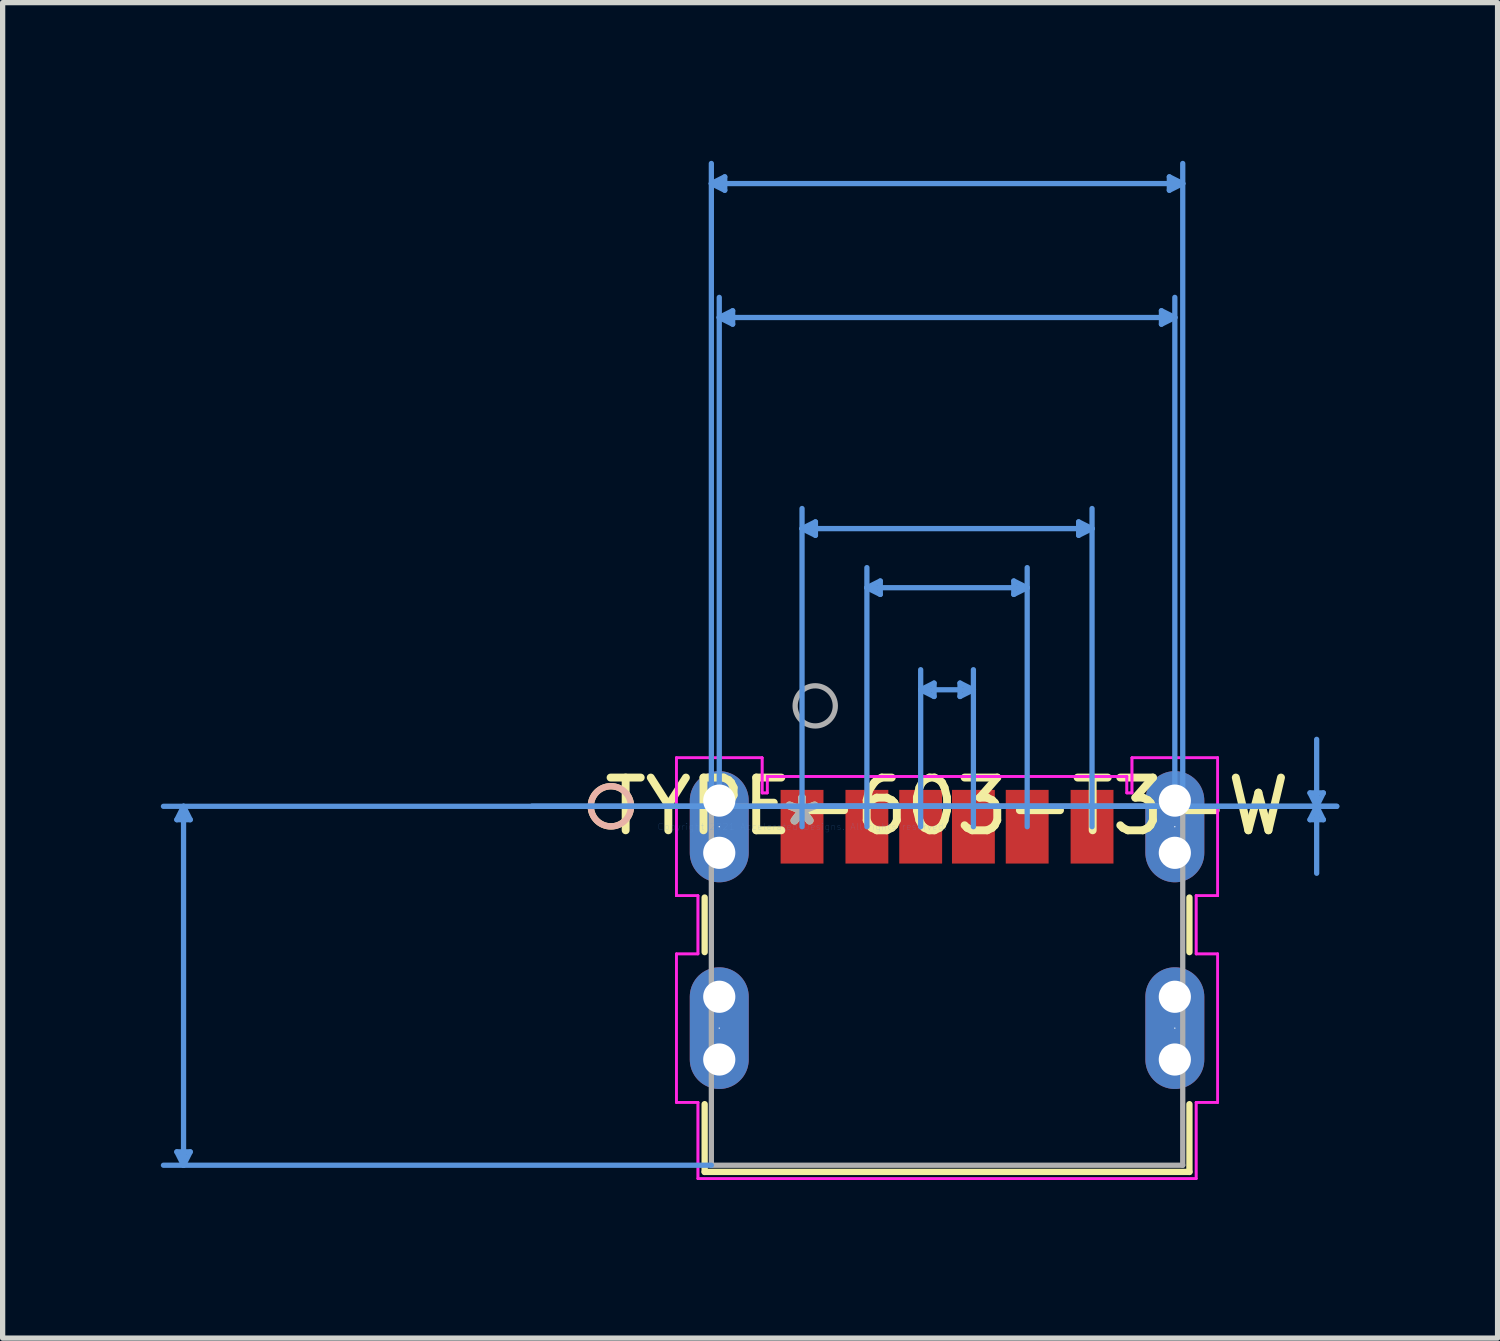
<source format=kicad_pcb>
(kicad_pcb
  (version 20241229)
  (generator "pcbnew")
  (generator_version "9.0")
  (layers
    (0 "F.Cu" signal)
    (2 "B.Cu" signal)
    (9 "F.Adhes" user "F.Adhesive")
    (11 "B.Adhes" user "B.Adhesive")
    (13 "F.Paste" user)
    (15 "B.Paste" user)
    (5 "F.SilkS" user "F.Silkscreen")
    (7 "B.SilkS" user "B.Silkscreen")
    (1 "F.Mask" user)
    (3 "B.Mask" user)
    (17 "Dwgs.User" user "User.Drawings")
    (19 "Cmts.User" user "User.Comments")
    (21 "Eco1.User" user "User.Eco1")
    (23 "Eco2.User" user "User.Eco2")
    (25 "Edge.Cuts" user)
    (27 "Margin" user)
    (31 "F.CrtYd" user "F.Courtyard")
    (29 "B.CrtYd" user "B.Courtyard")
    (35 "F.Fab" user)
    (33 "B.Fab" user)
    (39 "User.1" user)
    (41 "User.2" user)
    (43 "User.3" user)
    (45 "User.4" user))
  (footprint "TYPE-603-T3-W"
    (layer "F.Cu")
    (at 12.161 12.629)
    (property "Reference" "TYPE-603-T3-W" (at 2.75 -0.387 0) (layer "F.SilkS") (effects (font (size 1 1) (thickness 0.15))))
    (attr through_hole)
    (fp_line (start -1.847 1.343) (end -1.847 2.378) (stroke (width 0.12) (type solid)) (layer "F.SilkS"))
    (fp_line (start -1.847 5.262) (end -1.847 6.547) (stroke (width 0.12) (type solid)) (layer "F.SilkS"))
    (fp_line (start -1.847 6.547) (end 7.347 6.547) (stroke (width 0.12) (type solid)) (layer "F.SilkS"))
    (fp_line (start 7.347 2.378) (end 7.347 1.343) (stroke (width 0.12) (type solid)) (layer "F.SilkS"))
    (fp_line (start 7.347 6.547) (end 7.347 5.262) (stroke (width 0.12) (type solid)) (layer "F.SilkS"))
    (fp_circle (center -3.625 -0.387) (end -3.244 -0.387) (stroke (width 0.12) (type solid)) (fill no) (layer "F.SilkS"))
    (fp_circle (center -3.625 -0.387) (end -3.244 -0.387) (stroke (width 0.12) (type solid)) (fill no) (layer "B.SilkS"))
    (fp_line (start -11.857 -0.133) (end -11.603 -0.133) (stroke (width 0.1) (type solid)) (layer "Cmts.User"))
    (fp_line (start -11.857 6.166) (end -11.603 6.166) (stroke (width 0.1) (type solid)) (layer "Cmts.User"))
    (fp_line (start -11.73 -0.387) (end -11.857 -0.133) (stroke (width 0.1) (type solid)) (layer "Cmts.User"))
    (fp_line (start -11.73 -0.387) (end -11.73 6.42) (stroke (width 0.1) (type solid)) (layer "Cmts.User"))
    (fp_line (start -11.73 -0.387) (end -11.603 -0.133) (stroke (width 0.1) (type solid)) (layer "Cmts.User"))
    (fp_line (start -11.73 6.42) (end -11.857 6.166) (stroke (width 0.1) (type solid)) (layer "Cmts.User"))
    (fp_line (start -11.73 6.42) (end -11.603 6.166) (stroke (width 0.1) (type solid)) (layer "Cmts.User"))
    (fp_line (start -1.72 -12.198) (end -1.466 -12.325) (stroke (width 0.1) (type solid)) (layer "Cmts.User"))
    (fp_line (start -1.72 -12.198) (end -1.466 -12.071) (stroke (width 0.1) (type solid)) (layer "Cmts.User"))
    (fp_line (start -1.72 -12.198) (end 7.22 -12.198) (stroke (width 0.1) (type solid)) (layer "Cmts.User"))
    (fp_line (start -1.72 -0.387) (end -12.111 -0.387) (stroke (width 0.1) (type solid)) (layer "Cmts.User"))
    (fp_line (start -1.72 -0.387) (end -1.72 -12.579) (stroke (width 0.1) (type solid)) (layer "Cmts.User"))
    (fp_line (start -1.72 6.42) (end -12.111 6.42) (stroke (width 0.1) (type solid)) (layer "Cmts.User"))
    (fp_line (start -1.57 -9.658) (end -1.316 -9.785) (stroke (width 0.1) (type solid)) (layer "Cmts.User"))
    (fp_line (start -1.57 -9.658) (end -1.316 -9.531) (stroke (width 0.1) (type solid)) (layer "Cmts.User"))
    (fp_line (start -1.57 -9.658) (end 7.07 -9.658) (stroke (width 0.1) (type solid)) (layer "Cmts.User"))
    (fp_line (start -1.57 -0.387) (end -1.57 -10.039) (stroke (width 0.1) (type solid)) (layer "Cmts.User"))
    (fp_line (start -1.466 -12.325) (end -1.466 -12.071) (stroke (width 0.1) (type solid)) (layer "Cmts.User"))
    (fp_line (start -1.316 -9.785) (end -1.316 -9.531) (stroke (width 0.1) (type solid)) (layer "Cmts.User"))
    (fp_line (start -0.000021 -5.654) (end 5.5 -5.654) (stroke (width 0.1) (type solid)) (layer "Cmts.User"))
    (fp_line (start 0 0) (end -0.000022 -6.035) (stroke (width 0.1) (type solid)) (layer "Cmts.User"))
    (fp_line (start 0.25 -0.387) (end 10.141 -0.387) (stroke (width 0.1) (type solid)) (layer "Cmts.User"))
    (fp_line (start 0.25 -0.387) (end 10.141 -0.387) (stroke (width 0.1) (type solid)) (layer "Cmts.User"))
    (fp_line (start 0.254 -5.781) (end -0.000021 -5.654) (stroke (width 0.1) (type solid)) (layer "Cmts.User"))
    (fp_line (start 0.254 -5.527) (end -0.000021 -5.654) (stroke (width 0.1) (type solid)) (layer "Cmts.User"))
    (fp_line (start 0.254 -5.527) (end 0.254 -5.781) (stroke (width 0.1) (type solid)) (layer "Cmts.User"))
    (fp_line (start 1.23 -4.533) (end 4.27 -4.533) (stroke (width 0.1) (type solid)) (layer "Cmts.User"))
    (fp_line (start 1.23 0) (end 1.23 -4.914) (stroke (width 0.1) (type solid)) (layer "Cmts.User"))
    (fp_line (start 1.484 -4.66) (end 1.23 -4.533) (stroke (width 0.1) (type solid)) (layer "Cmts.User"))
    (fp_line (start 1.484 -4.406) (end 1.23 -4.533) (stroke (width 0.1) (type solid)) (layer "Cmts.User"))
    (fp_line (start 1.484 -4.406) (end 1.484 -4.66) (stroke (width 0.1) (type solid)) (layer "Cmts.User"))
    (fp_line (start 2.25 -2.597) (end 3.25 -2.597) (stroke (width 0.1) (type solid)) (layer "Cmts.User"))
    (fp_line (start 2.25 0) (end 2.25 -2.978) (stroke (width 0.1) (type solid)) (layer "Cmts.User"))
    (fp_line (start 2.504 -2.724) (end 2.25 -2.597) (stroke (width 0.1) (type solid)) (layer "Cmts.User"))
    (fp_line (start 2.504 -2.47) (end 2.25 -2.597) (stroke (width 0.1) (type solid)) (layer "Cmts.User"))
    (fp_line (start 2.504 -2.47) (end 2.504 -2.724) (stroke (width 0.1) (type solid)) (layer "Cmts.User"))
    (fp_line (start 2.75 -0.387) (end -5.126 -0.387) (stroke (width 0.1) (type solid)) (layer "Cmts.User"))
    (fp_line (start 2.996 -2.724) (end 2.996 -2.47) (stroke (width 0.1) (type solid)) (layer "Cmts.User"))
    (fp_line (start 2.996 -2.724) (end 3.25 -2.597) (stroke (width 0.1) (type solid)) (layer "Cmts.User"))
    (fp_line (start 2.996 -2.47) (end 3.25 -2.597) (stroke (width 0.1) (type solid)) (layer "Cmts.User"))
    (fp_line (start 3.25 0) (end 3.25 -2.978) (stroke (width 0.1) (type solid)) (layer "Cmts.User"))
    (fp_line (start 4.016 -4.406) (end 4.27 -4.533) (stroke (width 0.1) (type solid)) (layer "Cmts.User"))
    (fp_line (start 4.016 -4.66) (end 4.016 -4.406) (stroke (width 0.1) (type solid)) (layer "Cmts.User"))
    (fp_line (start 4.016 -4.66) (end 4.27 -4.533) (stroke (width 0.1) (type solid)) (layer "Cmts.User"))
    (fp_line (start 4.27 0) (end 4.27 -4.914) (stroke (width 0.1) (type solid)) (layer "Cmts.User"))
    (fp_line (start 5.246 -5.527) (end 5.5 -5.654) (stroke (width 0.1) (type solid)) (layer "Cmts.User"))
    (fp_line (start 5.246 -5.781) (end 5.246 -5.527) (stroke (width 0.1) (type solid)) (layer "Cmts.User"))
    (fp_line (start 5.246 -5.781) (end 5.5 -5.654) (stroke (width 0.1) (type solid)) (layer "Cmts.User"))
    (fp_line (start 5.5 0) (end 5.5 -6.035) (stroke (width 0.1) (type solid)) (layer "Cmts.User"))
    (fp_line (start 6.816 -9.785) (end 6.816 -9.531) (stroke (width 0.1) (type solid)) (layer "Cmts.User"))
    (fp_line (start 6.966 -12.325) (end 6.966 -12.071) (stroke (width 0.1) (type solid)) (layer "Cmts.User"))
    (fp_line (start 7.07 -9.658) (end 6.816 -9.785) (stroke (width 0.1) (type solid)) (layer "Cmts.User"))
    (fp_line (start 7.07 -9.658) (end 6.816 -9.531) (stroke (width 0.1) (type solid)) (layer "Cmts.User"))
    (fp_line (start 7.07 -0.387) (end -5.126 -0.387) (stroke (width 0.1) (type solid)) (layer "Cmts.User"))
    (fp_line (start 7.07 -0.387) (end 7.07 -10.039) (stroke (width 0.1) (type solid)) (layer "Cmts.User"))
    (fp_line (start 7.22 -12.198) (end 6.966 -12.325) (stroke (width 0.1) (type solid)) (layer "Cmts.User"))
    (fp_line (start 7.22 -12.198) (end 6.966 -12.071) (stroke (width 0.1) (type solid)) (layer "Cmts.User"))
    (fp_line (start 7.22 -0.387) (end 7.22 -12.579) (stroke (width 0.1) (type solid)) (layer "Cmts.User"))
    (fp_line (start 9.633 -0.641) (end 9.887 -0.641) (stroke (width 0.1) (type solid)) (layer "Cmts.User"))
    (fp_line (start 9.633 -0.133) (end 9.887 -0.133) (stroke (width 0.1) (type solid)) (layer "Cmts.User"))
    (fp_line (start 9.76 -0.387) (end 9.633 -0.641) (stroke (width 0.1) (type solid)) (layer "Cmts.User"))
    (fp_line (start 9.76 -0.387) (end 9.633 -0.133) (stroke (width 0.1) (type solid)) (layer "Cmts.User"))
    (fp_line (start 9.76 -0.387) (end 9.76 -1.657) (stroke (width 0.1) (type solid)) (layer "Cmts.User"))
    (fp_line (start 9.76 -0.387) (end 9.76 0.883) (stroke (width 0.1) (type solid)) (layer "Cmts.User"))
    (fp_line (start 9.76 -0.387) (end 9.887 -0.641) (stroke (width 0.1) (type solid)) (layer "Cmts.User"))
    (fp_line (start 9.76 -0.387) (end 9.887 -0.133) (stroke (width 0.1) (type solid)) (layer "Cmts.User"))
    (fp_line (start -2.383 -1.308) (end -2.383 1.308) (stroke (width 0.05) (type solid)) (layer "F.CrtYd"))
    (fp_line (start -2.383 -1.308) (end -2.383 1.308) (stroke (width 0.05) (type solid)) (layer "F.CrtYd"))
    (fp_line (start -2.383 1.308) (end -1.974 1.308) (stroke (width 0.05) (type solid)) (layer "F.CrtYd"))
    (fp_line (start -2.383 1.308) (end -1.974 1.308) (stroke (width 0.05) (type solid)) (layer "F.CrtYd"))
    (fp_line (start -2.383 2.412) (end -2.383 5.228) (stroke (width 0.05) (type solid)) (layer "F.CrtYd"))
    (fp_line (start -2.383 2.412) (end -2.383 5.228) (stroke (width 0.05) (type solid)) (layer "F.CrtYd"))
    (fp_line (start -2.383 5.228) (end -1.974 5.228) (stroke (width 0.05) (type solid)) (layer "F.CrtYd"))
    (fp_line (start -2.383 5.228) (end -1.974 5.228) (stroke (width 0.05) (type solid)) (layer "F.CrtYd"))
    (fp_line (start -1.974 1.308) (end -1.974 2.412) (stroke (width 0.05) (type solid)) (layer "F.CrtYd"))
    (fp_line (start -1.974 1.308) (end -1.974 2.412) (stroke (width 0.05) (type solid)) (layer "F.CrtYd"))
    (fp_line (start -1.974 2.412) (end -2.383 2.412) (stroke (width 0.05) (type solid)) (layer "F.CrtYd"))
    (fp_line (start -1.974 2.412) (end -2.383 2.412) (stroke (width 0.05) (type solid)) (layer "F.CrtYd"))
    (fp_line (start -1.974 5.228) (end -1.974 6.674) (stroke (width 0.05) (type solid)) (layer "F.CrtYd"))
    (fp_line (start -1.974 5.228) (end -1.974 6.674) (stroke (width 0.05) (type solid)) (layer "F.CrtYd"))
    (fp_line (start -1.974 6.674) (end 7.474 6.674) (stroke (width 0.05) (type solid)) (layer "F.CrtYd"))
    (fp_line (start -1.974 6.674) (end 7.474 6.674) (stroke (width 0.05) (type solid)) (layer "F.CrtYd"))
    (fp_line (start -0.757 -1.308) (end -2.383 -1.308) (stroke (width 0.05) (type solid)) (layer "F.CrtYd"))
    (fp_line (start -0.757 -1.308) (end -2.383 -1.308) (stroke (width 0.05) (type solid)) (layer "F.CrtYd"))
    (fp_line (start -0.757 -0.641) (end -0.757 -1.308) (stroke (width 0.05) (type solid)) (layer "F.CrtYd"))
    (fp_line (start -0.757 -0.641) (end -0.757 -1.308) (stroke (width 0.05) (type solid)) (layer "F.CrtYd"))
    (fp_line (start -0.66 -0.953) (end -0.66 -0.641) (stroke (width 0.05) (type solid)) (layer "F.CrtYd"))
    (fp_line (start -0.66 -0.953) (end -0.66 -0.641) (stroke (width 0.05) (type solid)) (layer "F.CrtYd"))
    (fp_line (start -0.66 -0.641) (end -0.757 -0.641) (stroke (width 0.05) (type solid)) (layer "F.CrtYd"))
    (fp_line (start -0.66 -0.641) (end -0.757 -0.641) (stroke (width 0.05) (type solid)) (layer "F.CrtYd"))
    (fp_line (start 6.16 -0.953) (end -0.66 -0.953) (stroke (width 0.05) (type solid)) (layer "F.CrtYd"))
    (fp_line (start 6.16 -0.953) (end -0.66 -0.953) (stroke (width 0.05) (type solid)) (layer "F.CrtYd"))
    (fp_line (start 6.16 -0.641) (end 6.16 -0.953) (stroke (width 0.05) (type solid)) (layer "F.CrtYd"))
    (fp_line (start 6.16 -0.641) (end 6.16 -0.953) (stroke (width 0.05) (type solid)) (layer "F.CrtYd"))
    (fp_line (start 6.257 -1.308) (end 6.257 -0.641) (stroke (width 0.05) (type solid)) (layer "F.CrtYd"))
    (fp_line (start 6.257 -1.308) (end 6.257 -0.641) (stroke (width 0.05) (type solid)) (layer "F.CrtYd"))
    (fp_line (start 6.257 -0.641) (end 6.16 -0.641) (stroke (width 0.05) (type solid)) (layer "F.CrtYd"))
    (fp_line (start 6.257 -0.641) (end 6.16 -0.641) (stroke (width 0.05) (type solid)) (layer "F.CrtYd"))
    (fp_line (start 7.474 1.308) (end 7.883 1.308) (stroke (width 0.05) (type solid)) (layer "F.CrtYd"))
    (fp_line (start 7.474 1.308) (end 7.883 1.308) (stroke (width 0.05) (type solid)) (layer "F.CrtYd"))
    (fp_line (start 7.474 2.412) (end 7.474 1.308) (stroke (width 0.05) (type solid)) (layer "F.CrtYd"))
    (fp_line (start 7.474 2.412) (end 7.474 1.308) (stroke (width 0.05) (type solid)) (layer "F.CrtYd"))
    (fp_line (start 7.474 5.228) (end 7.883 5.228) (stroke (width 0.05) (type solid)) (layer "F.CrtYd"))
    (fp_line (start 7.474 5.228) (end 7.883 5.228) (stroke (width 0.05) (type solid)) (layer "F.CrtYd"))
    (fp_line (start 7.474 6.674) (end 7.474 5.228) (stroke (width 0.05) (type solid)) (layer "F.CrtYd"))
    (fp_line (start 7.474 6.674) (end 7.474 5.228) (stroke (width 0.05) (type solid)) (layer "F.CrtYd"))
    (fp_line (start 7.883 -1.308) (end 6.257 -1.308) (stroke (width 0.05) (type solid)) (layer "F.CrtYd"))
    (fp_line (start 7.883 -1.308) (end 6.257 -1.308) (stroke (width 0.05) (type solid)) (layer "F.CrtYd"))
    (fp_line (start 7.883 1.308) (end 7.883 -1.308) (stroke (width 0.05) (type solid)) (layer "F.CrtYd"))
    (fp_line (start 7.883 1.308) (end 7.883 -1.308) (stroke (width 0.05) (type solid)) (layer "F.CrtYd"))
    (fp_line (start 7.883 2.412) (end 7.474 2.412) (stroke (width 0.05) (type solid)) (layer "F.CrtYd"))
    (fp_line (start 7.883 2.412) (end 7.474 2.412) (stroke (width 0.05) (type solid)) (layer "F.CrtYd"))
    (fp_line (start 7.883 5.228) (end 7.883 2.412) (stroke (width 0.05) (type solid)) (layer "F.CrtYd"))
    (fp_line (start 7.883 5.228) (end 7.883 2.412) (stroke (width 0.05) (type solid)) (layer "F.CrtYd"))
    (fp_line (start -1.72 -0.387) (end -1.72 6.42) (stroke (width 0.1) (type solid)) (layer "F.Fab"))
    (fp_line (start -1.72 6.42) (end 7.22 6.42) (stroke (width 0.1) (type solid)) (layer "F.Fab"))
    (fp_line (start 7.22 -0.387) (end -1.72 -0.387) (stroke (width 0.1) (type solid)) (layer "F.Fab"))
    (fp_line (start 7.22 6.42) (end 7.22 -0.387) (stroke (width 0.1) (type solid)) (layer "F.Fab"))
    (fp_circle (center 0.25 -2.292) (end 0.631 -2.292) (stroke (width 0.1) (type solid)) (fill no) (layer "F.Fab"))
    (fp_text user "*" (at 0 0 0) (layer "F.SilkS") (effects (font (size 1 1) (thickness 0.15))))
    (fp_text user "Copyright 2021 Accelerated Designs. All rights reserved." (at 0 0 0) (layer "Cmts.User") (effects (font (size 0.127 0.127) (thickness 0.002))))
    (fp_text user "*" (at 0 0 0) (layer "F.Fab") (effects (font (size 1 1) (thickness 0.15))))
    (pad "" np_thru_hole circle (at -1.57 -0.495) (size 0.61 0.61) (drill 0.61) (layers "*.Cu" "*.Mask"))
    (pad "" np_thru_hole circle (at -1.57 0.495) (size 0.61 0.61) (drill 0.61) (layers "*.Cu" "*.Mask"))
    (pad "" np_thru_hole circle (at -1.57 3.225) (size 0.61 0.61) (drill 0.61) (layers "*.Cu" "*.Mask"))
    (pad "" np_thru_hole circle (at -1.57 4.415) (size 0.61 0.61) (drill 0.61) (layers "*.Cu" "*.Mask"))
    (pad "" np_thru_hole circle (at 7.07 -0.495) (size 0.61 0.61) (drill 0.61) (layers "*.Cu" "*.Mask"))
    (pad "" np_thru_hole circle (at 7.07 0.495) (size 0.61 0.61) (drill 0.61) (layers "*.Cu" "*.Mask"))
    (pad "" np_thru_hole circle (at 7.07 3.225) (size 0.61 0.61) (drill 0.61) (layers "*.Cu" "*.Mask"))
    (pad "" np_thru_hole circle (at 7.07 4.415) (size 0.61 0.61) (drill 0.61) (layers "*.Cu" "*.Mask"))
    (pad "1" smd rect (at 0 0) (size 0.813 1.397) (layers "F.Cu" "F.Mask" "F.Paste"))
    (pad "2" smd rect (at 1.23 0) (size 0.813 1.397) (layers "F.Cu" "F.Mask" "F.Paste"))
    (pad "3" smd rect (at 2.25 0) (size 0.813 1.397) (layers "F.Cu" "F.Mask" "F.Paste"))
    (pad "4" smd rect (at 3.25 0) (size 0.813 1.397) (layers "F.Cu" "F.Mask" "F.Paste"))
    (pad "5" smd rect (at 4.27 0) (size 0.813 1.397) (layers "F.Cu" "F.Mask" "F.Paste"))
    (pad "6" smd rect (at 5.5 0) (size 0.813 1.397) (layers "F.Cu" "F.Mask" "F.Paste"))
    (pad "7" thru_hole oval (at -1.57 0.000006 90) (size 2.108 1.118) (drill 0.025) (layers "*.Cu" "*.Mask"))
    (pad "8" thru_hole oval (at -1.57 3.82 90) (size 2.308 1.118) (drill 0.025) (layers "*.Cu" "*.Mask"))
    (pad "9" thru_hole oval (at 7.07 0.000006 90) (size 2.108 1.118) (drill 0.025) (layers "*.Cu" "*.Mask"))
    (pad "10" thru_hole oval (at 7.07 3.82 90) (size 2.308 1.118) (drill 0.025) (layers "*.Cu" "*.Mask")))
  (gr_rect
    (start -3 -3)
    (end 25.352 22.328)
    (stroke (width 0.1) (type default))
    (fill no)
    (layer "Edge.Cuts")))
</source>
